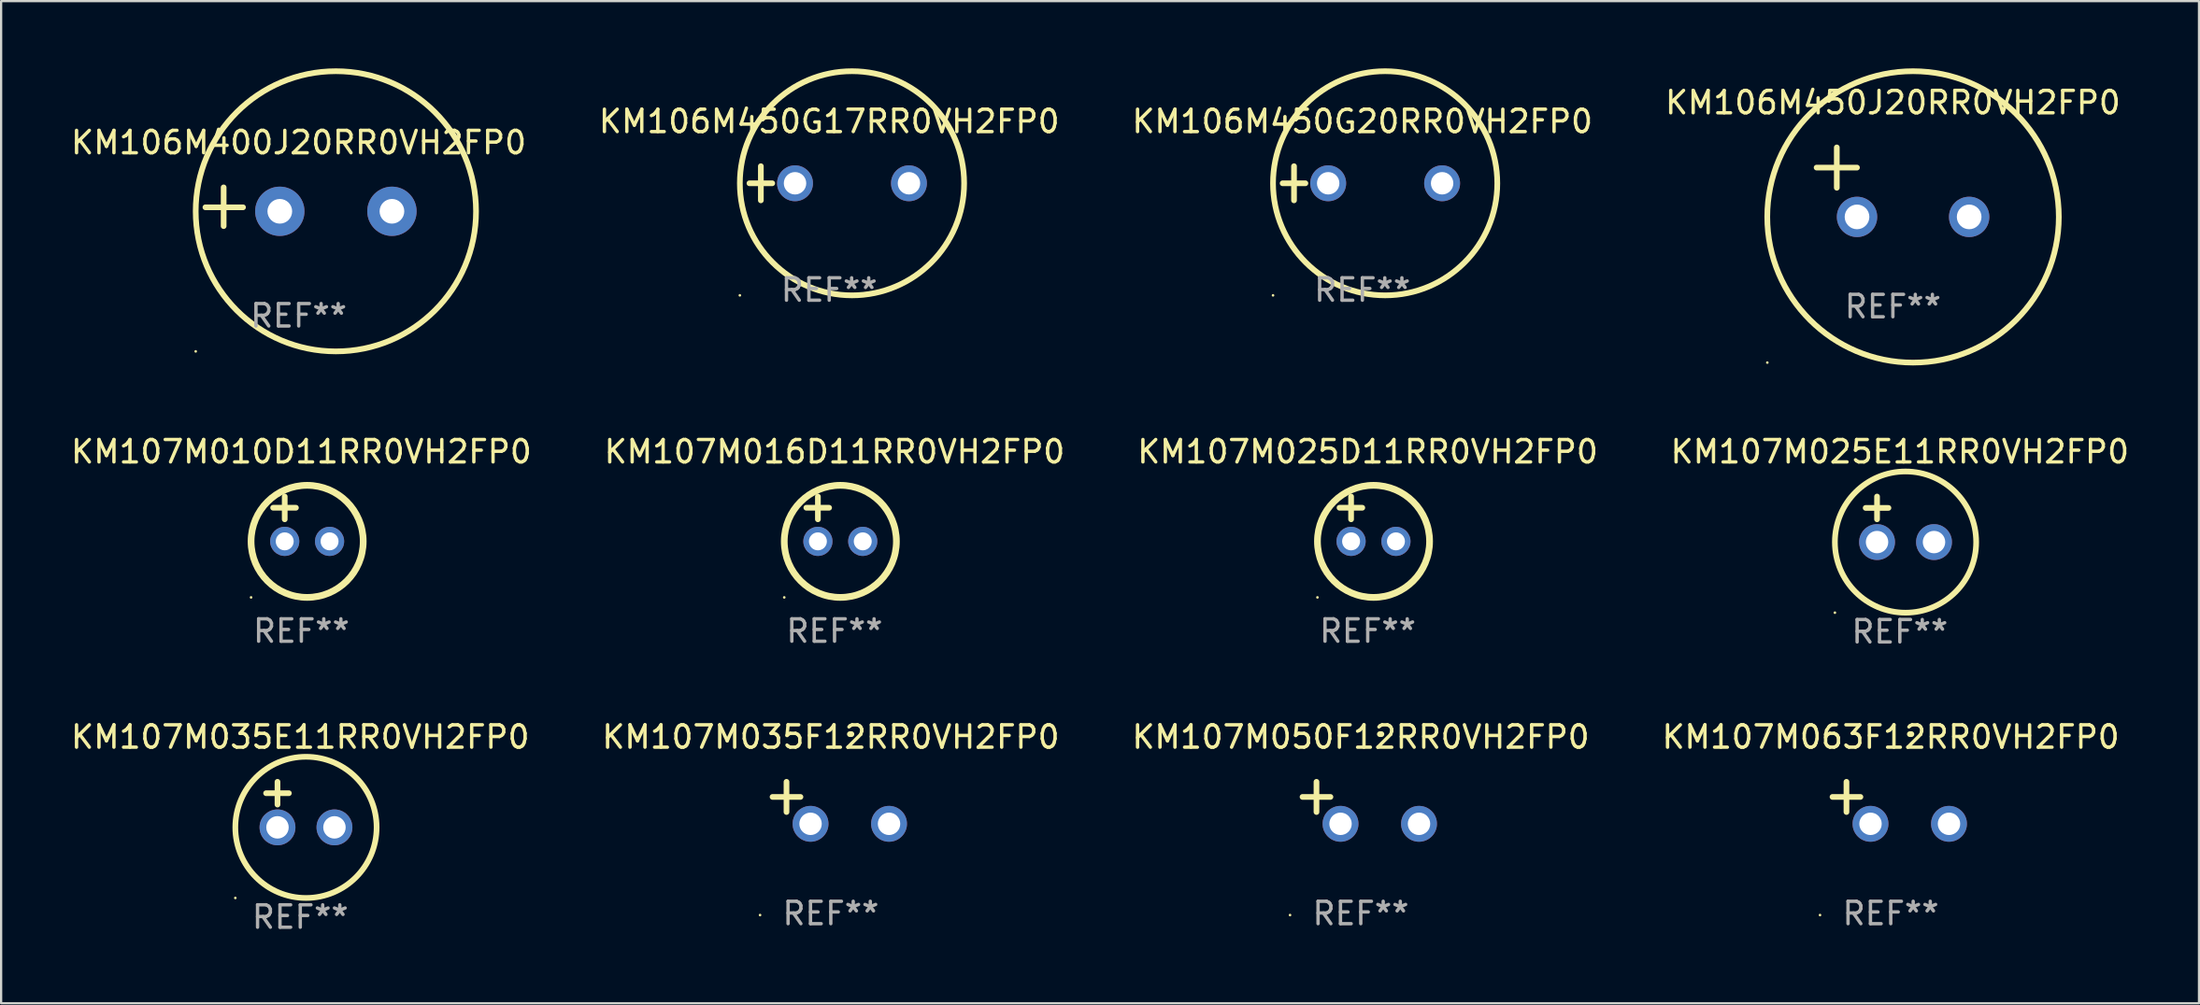
<source format=kicad_pcb>
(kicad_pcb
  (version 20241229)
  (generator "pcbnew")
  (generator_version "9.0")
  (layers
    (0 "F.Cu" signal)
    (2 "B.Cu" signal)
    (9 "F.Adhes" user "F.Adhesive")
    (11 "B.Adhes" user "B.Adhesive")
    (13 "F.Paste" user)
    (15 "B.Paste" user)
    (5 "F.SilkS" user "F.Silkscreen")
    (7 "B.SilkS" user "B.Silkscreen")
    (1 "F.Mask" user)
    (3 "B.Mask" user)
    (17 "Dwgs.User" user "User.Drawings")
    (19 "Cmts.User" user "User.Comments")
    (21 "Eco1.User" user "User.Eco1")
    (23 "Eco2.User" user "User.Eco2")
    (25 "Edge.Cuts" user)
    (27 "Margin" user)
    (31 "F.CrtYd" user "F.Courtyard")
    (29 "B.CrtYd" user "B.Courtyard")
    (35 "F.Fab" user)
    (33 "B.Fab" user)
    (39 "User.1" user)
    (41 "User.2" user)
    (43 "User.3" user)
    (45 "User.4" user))
  (footprint "KM107M016D11RR0VH2FP0"
    (layer "F.Cu")
    (at 34.161 20.103)
    (property "Reference" "KM107M016D11RR0VH2FP0" (at 0 -3 0) (layer "F.SilkS") (effects (font (size 1 1) (thickness 0.15))))
    (attr through_hole)
    (fp_line (start -1.258 -0.5) (end -0.242 -0.5) (stroke (width 0.254) (type solid)) (layer "F.SilkS"))
    (fp_line (start -0.742 -1) (end -0.742 0.016) (stroke (width 0.254) (type solid)) (layer "F.SilkS"))
    (fp_circle (center -2.242 3.5) (end -2.212 3.5) (stroke (width 0.06) (type solid)) (fill no) (layer "F.SilkS"))
    (fp_circle (center 0.258 1) (end 2.758 1) (stroke (width 0.3) (type solid)) (fill no) (layer "F.SilkS"))
    (fp_text user "REF**" (at 0 5 0) (layer "F.Fab") (effects (font (size 1 1) (thickness 0.15))))
    (pad "1" thru_hole circle (at -0.742 1) (size 1.3 1.3) (drill 0.8) (layers "*.Cu" "*.Mask"))
    (pad "2" thru_hole circle (at 1.258 1) (size 1.3 1.3) (drill 0.8) (layers "*.Cu" "*.Mask")))
  (footprint "KM107M050F12RR0VH2FP0"
    (layer "F.Cu")
    (at 57.625 32.768)
    (property "Reference" "KM107M050F12RR0VH2FP0" (at 0 -2.937 0) (layer "F.SilkS") (effects (font (size 1 1) (thickness 0.15))))
    (attr through_hole)
    (fp_line (start -1.975 0.41) (end -1.975 -0.937) (stroke (width 0.254) (type solid)) (layer "F.SilkS"))
    (fp_line (start -1.353 -0.263) (end -2.597 -0.263) (stroke (width 0.254) (type solid)) (layer "F.SilkS"))
    (fp_arc (start 0.849809 -3.063957) (mid 0.885369 -3.064114) (end 0.920929 -3.063957) (stroke (width 0.254001) (type solid)) (layer "F.SilkS"))
    (fp_circle (center -3.154 5.008) (end -3.124 5.008) (stroke (width 0.06) (type solid)) (fill no) (layer "F.SilkS"))
    (fp_text user "REF**" (at 0 4.937 0) (layer "F.Fab") (effects (font (size 1 1) (thickness 0.15))))
    (pad "1" thru_hole circle (at -0.903 0.937) (size 1.6 1.6) (drill 1) (layers "*.Cu" "*.Mask"))
    (pad "2" thru_hole circle (at 2.597 0.937) (size 1.6 1.6) (drill 1) (layers "*.Cu" "*.Mask")))
  (footprint "KM107M010D11RR0VH2FP0"
    (layer "F.Cu")
    (at 10.387 20.103)
    (property "Reference" "KM107M010D11RR0VH2FP0" (at 0 -3 0) (layer "F.SilkS") (effects (font (size 1 1) (thickness 0.15))))
    (attr through_hole)
    (fp_line (start -1.258 -0.5) (end -0.242 -0.5) (stroke (width 0.254) (type solid)) (layer "F.SilkS"))
    (fp_line (start -0.742 -1) (end -0.742 0.016) (stroke (width 0.254) (type solid)) (layer "F.SilkS"))
    (fp_circle (center -2.242 3.5) (end -2.212 3.5) (stroke (width 0.06) (type solid)) (fill no) (layer "F.SilkS"))
    (fp_circle (center 0.258 1) (end 2.758 1) (stroke (width 0.3) (type solid)) (fill no) (layer "F.SilkS"))
    (fp_text user "REF**" (at 0 5 0) (layer "F.Fab") (effects (font (size 1 1) (thickness 0.15))))
    (pad "1" thru_hole circle (at -0.742 1) (size 1.3 1.3) (drill 0.8) (layers "*.Cu" "*.Mask"))
    (pad "2" thru_hole circle (at 1.258 1) (size 1.3 1.3) (drill 0.8) (layers "*.Cu" "*.Mask")))
  (footprint "KM107M025E11RR0VH2FP0"
    (layer "F.Cu")
    (at 81.661 20.119)
    (property "Reference" "KM107M025E11RR0VH2FP0" (at 0 -3.016 0) (layer "F.SilkS") (effects (font (size 1 1) (thickness 0.15))))
    (attr through_hole)
    (fp_line (start -1.524 -0.508) (end -0.508 -0.508) (stroke (width 0.254) (type solid)) (layer "F.SilkS"))
    (fp_line (start -1.016 -1.016) (end -1.016 0) (stroke (width 0.254) (type solid)) (layer "F.SilkS"))
    (fp_circle (center -2.896 4.166) (end -2.866 4.166) (stroke (width 0.06) (type solid)) (fill no) (layer "F.SilkS"))
    (fp_circle (center 0.254 1.016) (end 3.404 1.016) (stroke (width 0.254) (type solid)) (fill no) (layer "F.SilkS"))
    (fp_text user "REF**" (at 0 5.016 0) (layer "F.Fab") (effects (font (size 1 1) (thickness 0.15))))
    (pad "1" thru_hole circle (at -1.016 1.016) (size 1.6 1.6) (drill 1) (layers "*.Cu" "*.Mask"))
    (pad "2" thru_hole circle (at 1.524 1.016) (size 1.6 1.6) (drill 1) (layers "*.Cu" "*.Mask")))
  (footprint "KM107M035E11RR0VH2FP0"
    (layer "F.Cu")
    (at 10.339 32.847)
    (property "Reference" "KM107M035E11RR0VH2FP0" (at 0 -3.016 0) (layer "F.SilkS") (effects (font (size 1 1) (thickness 0.15))))
    (attr through_hole)
    (fp_line (start -1.524 -0.508) (end -0.508 -0.508) (stroke (width 0.254) (type solid)) (layer "F.SilkS"))
    (fp_line (start -1.016 -1.016) (end -1.016 0) (stroke (width 0.254) (type solid)) (layer "F.SilkS"))
    (fp_circle (center -2.896 4.166) (end -2.866 4.166) (stroke (width 0.06) (type solid)) (fill no) (layer "F.SilkS"))
    (fp_circle (center 0.254 1.016) (end 3.404 1.016) (stroke (width 0.254) (type solid)) (fill no) (layer "F.SilkS"))
    (fp_text user "REF**" (at 0 5.016 0) (layer "F.Fab") (effects (font (size 1 1) (thickness 0.15))))
    (pad "1" thru_hole circle (at -1.016 1.016) (size 1.6 1.6) (drill 1) (layers "*.Cu" "*.Mask"))
    (pad "2" thru_hole circle (at 1.524 1.016) (size 1.6 1.6) (drill 1) (layers "*.Cu" "*.Mask")))
  (footprint "KM106M450G20RR0VH2FP0"
    (layer "F.Cu")
    (at 57.696 5.127)
    (property "Reference" "KM106M450G20RR0VH2FP0" (at 0 -2.762 0) (layer "F.SilkS") (effects (font (size 1 1) (thickness 0.15))))
    (attr through_hole)
    (fp_line (start -3.556 0) (end -2.54 0) (stroke (width 0.254) (type solid)) (layer "F.SilkS"))
    (fp_line (start -3.048 -0.762) (end -3.048 0.762) (stroke (width 0.254) (type solid)) (layer "F.SilkS"))
    (fp_circle (center -3.984 5) (end -3.954 5) (stroke (width 0.06) (type solid)) (fill no) (layer "F.SilkS"))
    (fp_circle (center 1.016 0) (end 6.016 0) (stroke (width 0.254) (type solid)) (fill no) (layer "F.SilkS"))
    (fp_text user "REF**" (at 0 4.762 0) (layer "F.Fab") (effects (font (size 1 1) (thickness 0.15))))
    (pad "1" thru_hole circle (at -1.524 0) (size 1.6 1.6) (drill 1) (layers "*.Cu" "*.Mask"))
    (pad "2" thru_hole circle (at 3.556 0) (size 1.6 1.6) (drill 1) (layers "*.Cu" "*.Mask")))
  (footprint "KM107M025D11RR0VH2FP0"
    (layer "F.Cu")
    (at 57.935 20.103)
    (property "Reference" "KM107M025D11RR0VH2FP0" (at 0 -3 0) (layer "F.SilkS") (effects (font (size 1 1) (thickness 0.15))))
    (attr through_hole)
    (fp_line (start -1.258 -0.5) (end -0.242 -0.5) (stroke (width 0.254) (type solid)) (layer "F.SilkS"))
    (fp_line (start -0.742 -1) (end -0.742 0.016) (stroke (width 0.254) (type solid)) (layer "F.SilkS"))
    (fp_circle (center -2.242 3.5) (end -2.212 3.5) (stroke (width 0.06) (type solid)) (fill no) (layer "F.SilkS"))
    (fp_circle (center 0.258 1) (end 2.758 1) (stroke (width 0.3) (type solid)) (fill no) (layer "F.SilkS"))
    (fp_text user "REF**" (at 0 5 0) (layer "F.Fab") (effects (font (size 1 1) (thickness 0.15))))
    (pad "1" thru_hole circle (at -0.742 1) (size 1.3 1.3) (drill 0.8) (layers "*.Cu" "*.Mask"))
    (pad "2" thru_hole circle (at 1.258 1) (size 1.3 1.3) (drill 0.8) (layers "*.Cu" "*.Mask")))
  (footprint "KM106M400J20RR0VH2FP0"
    (layer "F.Cu")
    (at 10.268 6.174)
    (property "Reference" "KM106M400J20RR0VH2FP0" (at 0 -2.864 0) (layer "F.SilkS") (effects (font (size 1 1) (thickness 0.15))))
    (attr through_hole)
    (fp_line (start -3.346 0.864) (end -3.346 -0.864) (stroke (width 0.254) (type solid)) (layer "F.SilkS"))
    (fp_line (start -2.482 0.025) (end -4.158 0.025) (stroke (width 0.254) (type solid)) (layer "F.SilkS"))
    (fp_circle (center -4.592 6.453) (end -4.562 6.453) (stroke (width 0.06) (type solid)) (fill no) (layer "F.SilkS"))
    (fp_circle (center 1.658 0.203) (end 7.908 0.203) (stroke (width 0.254) (type solid)) (fill no) (layer "F.SilkS"))
    (fp_text user "REF**" (at 0 4.864 0) (layer "F.Fab") (effects (font (size 1 1) (thickness 0.15))))
    (pad "1" thru_hole circle (at -0.842 0.203) (size 2.2 2.2) (drill 1.1) (layers "*.Cu" "*.Mask"))
    (pad "2" thru_hole circle (at 4.158 0.203) (size 2.2 2.2) (drill 1.1) (layers "*.Cu" "*.Mask")))
  (footprint "KM107M035F12RR0VH2FP0"
    (layer "F.Cu")
    (at 33.994 32.768)
    (property "Reference" "KM107M035F12RR0VH2FP0" (at 0 -2.937 0) (layer "F.SilkS") (effects (font (size 1 1) (thickness 0.15))))
    (attr through_hole)
    (fp_line (start -1.975 0.41) (end -1.975 -0.937) (stroke (width 0.254) (type solid)) (layer "F.SilkS"))
    (fp_line (start -1.353 -0.263) (end -2.597 -0.263) (stroke (width 0.254) (type solid)) (layer "F.SilkS"))
    (fp_arc (start 0.849809 -3.063957) (mid 0.885369 -3.064114) (end 0.920929 -3.063957) (stroke (width 0.254001) (type solid)) (layer "F.SilkS"))
    (fp_circle (center -3.154 5.008) (end -3.124 5.008) (stroke (width 0.06) (type solid)) (fill no) (layer "F.SilkS"))
    (fp_text user "REF**" (at 0 4.937 0) (layer "F.Fab") (effects (font (size 1 1) (thickness 0.15))))
    (pad "1" thru_hole circle (at -0.903 0.937) (size 1.6 1.6) (drill 1) (layers "*.Cu" "*.Mask"))
    (pad "2" thru_hole circle (at 2.597 0.937) (size 1.6 1.6) (drill 1) (layers "*.Cu" "*.Mask")))
  (footprint "KM106M450J20RR0VH2FP0"
    (layer "F.Cu")
    (at 81.351 5.077)
    (property "Reference" "KM106M450J20RR0VH2FP0" (at 0 -3.55 0) (layer "F.SilkS") (effects (font (size 1 1) (thickness 0.15))))
    (attr through_hole)
    (fp_line (start -3.401 -0.65) (end -1.601 -0.65) (stroke (width 0.254) (type solid)) (layer "F.SilkS"))
    (fp_line (start -2.501 -1.55) (end -2.501 0.25) (stroke (width 0.254) (type solid)) (layer "F.SilkS"))
    (fp_circle (center -5.599 8.05) (end -5.569 8.05) (stroke (width 0.06) (type solid)) (fill no) (layer "F.SilkS"))
    (fp_circle (center 0.899 1.55) (end 7.399 1.55) (stroke (width 0.254) (type solid)) (fill no) (layer "F.SilkS"))
    (fp_text user "REF**" (at 0 5.55 0) (layer "F.Fab") (effects (font (size 1 1) (thickness 0.15))))
    (pad "1" thru_hole circle (at -1.599 1.55) (size 1.8 1.8) (drill 1.1) (layers "*.Cu" "*.Mask"))
    (pad "2" thru_hole circle (at 3.401 1.55) (size 1.8 1.8) (drill 1.1) (layers "*.Cu" "*.Mask")))
  (footprint "KM106M450G17RR0VH2FP0"
    (layer "F.Cu")
    (at 33.923 5.127)
    (property "Reference" "KM106M450G17RR0VH2FP0" (at 0 -2.762 0) (layer "F.SilkS") (effects (font (size 1 1) (thickness 0.15))))
    (attr through_hole)
    (fp_line (start -3.556 0) (end -2.54 0) (stroke (width 0.254) (type solid)) (layer "F.SilkS"))
    (fp_line (start -3.048 -0.762) (end -3.048 0.762) (stroke (width 0.254) (type solid)) (layer "F.SilkS"))
    (fp_circle (center -3.984 5) (end -3.954 5) (stroke (width 0.06) (type solid)) (fill no) (layer "F.SilkS"))
    (fp_circle (center 1.016 0) (end 6.016 0) (stroke (width 0.254) (type solid)) (fill no) (layer "F.SilkS"))
    (fp_text user "REF**" (at 0 4.762 0) (layer "F.Fab") (effects (font (size 1 1) (thickness 0.15))))
    (pad "1" thru_hole circle (at -1.524 0) (size 1.6 1.6) (drill 1) (layers "*.Cu" "*.Mask"))
    (pad "2" thru_hole circle (at 3.556 0) (size 1.6 1.6) (drill 1) (layers "*.Cu" "*.Mask")))
  (footprint "KM107M063F12RR0VH2FP0"
    (layer "F.Cu")
    (at 81.256 32.768)
    (property "Reference" "KM107M063F12RR0VH2FP0" (at 0 -2.937 0) (layer "F.SilkS") (effects (font (size 1 1) (thickness 0.15))))
    (attr through_hole)
    (fp_line (start -1.975 0.41) (end -1.975 -0.937) (stroke (width 0.254) (type solid)) (layer "F.SilkS"))
    (fp_line (start -1.353 -0.263) (end -2.597 -0.263) (stroke (width 0.254) (type solid)) (layer "F.SilkS"))
    (fp_arc (start 0.849809 -3.063957) (mid 0.885369 -3.064114) (end 0.920929 -3.063957) (stroke (width 0.254001) (type solid)) (layer "F.SilkS"))
    (fp_circle (center -3.154 5.008) (end -3.124 5.008) (stroke (width 0.06) (type solid)) (fill no) (layer "F.SilkS"))
    (fp_text user "REF**" (at 0 4.937 0) (layer "F.Fab") (effects (font (size 1 1) (thickness 0.15))))
    (pad "1" thru_hole circle (at -0.903 0.937) (size 1.6 1.6) (drill 1) (layers "*.Cu" "*.Mask"))
    (pad "2" thru_hole circle (at 2.597 0.937) (size 1.6 1.6) (drill 1) (layers "*.Cu" "*.Mask")))
  (gr_rect
    (start -3 -3)
    (end 95 41.711)
    (stroke (width 0.1) (type default))
    (fill no)
    (layer "Edge.Cuts")))
</source>
